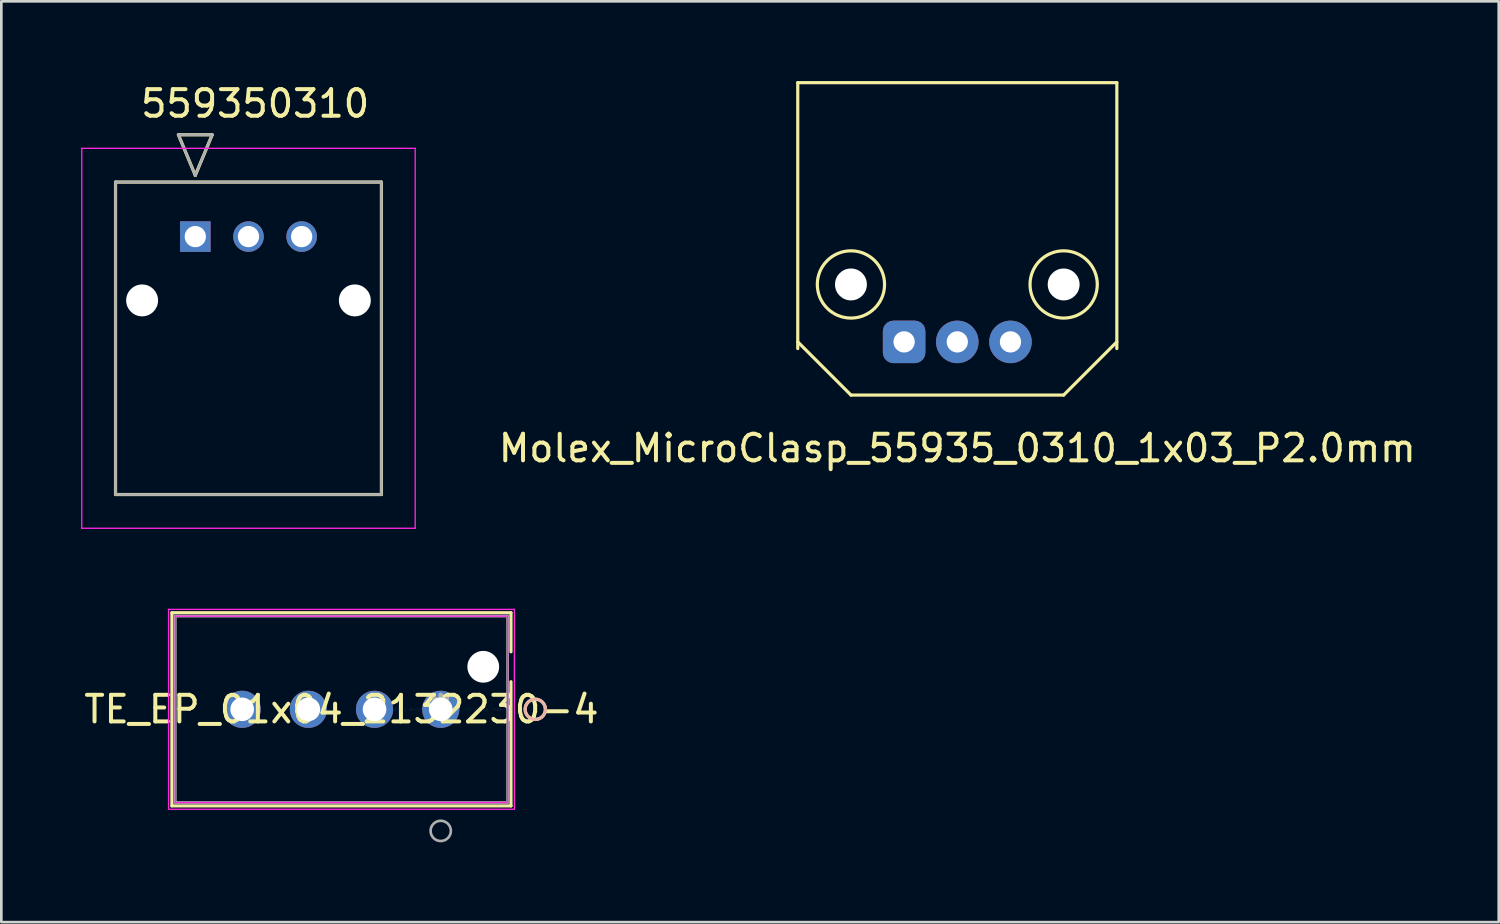
<source format=kicad_pcb>
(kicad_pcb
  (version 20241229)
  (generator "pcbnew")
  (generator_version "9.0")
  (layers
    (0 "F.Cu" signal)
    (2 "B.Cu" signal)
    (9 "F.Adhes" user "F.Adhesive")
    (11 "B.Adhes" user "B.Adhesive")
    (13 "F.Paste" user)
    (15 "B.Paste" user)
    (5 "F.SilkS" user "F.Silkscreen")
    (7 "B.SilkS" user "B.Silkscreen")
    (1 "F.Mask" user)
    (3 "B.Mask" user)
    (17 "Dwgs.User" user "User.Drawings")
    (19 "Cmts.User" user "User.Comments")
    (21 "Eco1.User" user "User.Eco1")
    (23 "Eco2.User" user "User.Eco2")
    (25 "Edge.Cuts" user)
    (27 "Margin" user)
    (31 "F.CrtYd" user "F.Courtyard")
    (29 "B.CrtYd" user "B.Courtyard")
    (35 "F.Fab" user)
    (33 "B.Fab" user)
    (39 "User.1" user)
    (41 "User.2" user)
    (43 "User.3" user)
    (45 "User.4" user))
  (footprint "Molex_MicroClasp_55935_0310_1x03_P2.0mm"
    (layer "F.Cu")
    (at 32.953 15.808)
    (property "Reference" "Molex_MicroClasp_55935_0310_1x03_P2.0mm" (at 0 -2 0) (layer "F.SilkS") (effects (font (size 1 1) (thickness 0.15))))
    (attr through_hole)
    (fp_line (start -6 -15.748) (end -6 -5.748) (stroke (width 0.12) (type solid)) (layer "F.SilkS"))
    (fp_line (start -6 -6) (end -4 -4) (stroke (width 0.12) (type solid)) (layer "F.SilkS"))
    (fp_line (start -4 -4) (end 4 -4) (stroke (width 0.12) (type solid)) (layer "F.SilkS"))
    (fp_line (start 4 -4) (end 6 -6) (stroke (width 0.12) (type solid)) (layer "F.SilkS"))
    (fp_line (start 6 -15.748) (end -6 -15.748) (stroke (width 0.12) (type solid)) (layer "F.SilkS"))
    (fp_line (start 6 -5.748) (end 6 -15.748) (stroke (width 0.12) (type solid)) (layer "F.SilkS"))
    (fp_circle (center -4 -8.16) (end -3.619 -6.954) (stroke (width 0.12) (type solid)) (fill no) (layer "F.SilkS"))
    (fp_circle (center 4 -8.16) (end 4.381 -6.954) (stroke (width 0.12) (type solid)) (fill no) (layer "F.SilkS"))
    (pad "" np_thru_hole circle (at -4 -8.16) (size 1.2 1.2) (drill 1.2) (layers "*.Cu" "*.Mask"))
    (pad "" np_thru_hole circle (at 4 -8.16) (size 1.2 1.2) (drill 1.2) (layers "*.Cu" "*.Mask"))
    (pad "1" thru_hole circle (at 2 -6) (size 1.6 1.6) (drill 0.8) (layers "*.Cu" "*.Mask"))
    (pad "2" thru_hole circle (at 0 -6) (size 1.6 1.6) (drill 0.8) (layers "*.Cu" "*.Mask"))
    (pad "3" thru_hole roundrect (at -2 -6) (size 1.6 1.6) (drill 0.8) (layers "*.Cu" "*.Mask") (roundrect_rratio 0.25)))
  (footprint "TE_EP_01x04_2132230-4"
    (layer "F.Cu")
    (at 13.525 23.627)
    (property "Reference" "TE_EP_01x04_2132230-4" (at -3.734 0 0) (layer "F.SilkS") (effects (font (size 1 1) (thickness 0.15))))
    (attr through_hole)
    (fp_line (start -10.109 -3.632) (end -10.109 3.632) (stroke (width 0.12) (type solid)) (layer "F.SilkS"))
    (fp_line (start -10.109 3.632) (end 2.642 3.632) (stroke (width 0.12) (type solid)) (layer "F.SilkS"))
    (fp_line (start 2.642 -3.632) (end -10.109 -3.632) (stroke (width 0.12) (type solid)) (layer "F.SilkS"))
    (fp_line (start 2.642 -2.163) (end 2.642 -3.632) (stroke (width 0.12) (type solid)) (layer "F.SilkS"))
    (fp_line (start 2.642 3.632) (end 2.642 -1.038) (stroke (width 0.12) (type solid)) (layer "F.SilkS"))
    (fp_circle (center 3.556 0) (end 3.937 0) (stroke (width 0.12) (type solid)) (fill no) (layer "F.SilkS"))
    (fp_circle (center 3.556 0) (end 3.937 0) (stroke (width 0.12) (type solid)) (fill no) (layer "B.SilkS"))
    (fp_line (start -10.236 -3.759) (end -10.236 3.759) (stroke (width 0.05) (type solid)) (layer "F.CrtYd"))
    (fp_line (start -10.236 3.759) (end 2.769 3.759) (stroke (width 0.05) (type solid)) (layer "F.CrtYd"))
    (fp_line (start -9.982 -3.505) (end -9.982 3.505) (stroke (width 0.05) (type solid)) (layer "F.CrtYd"))
    (fp_line (start -9.982 3.505) (end 2.515 3.505) (stroke (width 0.05) (type solid)) (layer "F.CrtYd"))
    (fp_line (start 2.515 -3.505) (end -9.982 -3.505) (stroke (width 0.05) (type solid)) (layer "F.CrtYd"))
    (fp_line (start 2.515 3.505) (end 2.515 -3.505) (stroke (width 0.05) (type solid)) (layer "F.CrtYd"))
    (fp_line (start 2.769 -3.759) (end -10.236 -3.759) (stroke (width 0.05) (type solid)) (layer "F.CrtYd"))
    (fp_line (start 2.769 3.759) (end 2.769 -3.759) (stroke (width 0.05) (type solid)) (layer "F.CrtYd"))
    (fp_line (start -9.982 -3.505) (end -9.982 3.505) (stroke (width 0.1) (type solid)) (layer "F.Fab"))
    (fp_line (start -9.982 3.505) (end 2.515 3.505) (stroke (width 0.1) (type solid)) (layer "F.Fab"))
    (fp_line (start 2.515 -3.505) (end -9.982 -3.505) (stroke (width 0.1) (type solid)) (layer "F.Fab"))
    (fp_line (start 2.515 3.505) (end 2.515 -3.505) (stroke (width 0.1) (type solid)) (layer "F.Fab"))
    (fp_circle (center 0 4.572) (end 0.381 4.572) (stroke (width 0.1) (type solid)) (fill no) (layer "F.Fab"))
    (fp_text user "*" (at 0 0 0) (layer "F.SilkS") (effects (font (size 1 1) (thickness 0.15))))
    (fp_text user "Copyright 2021 Accelerated Designs. All rights reserved." (at 0 0 0) (layer "Cmts.User") (effects (font (size 0.127 0.127) (thickness 0.002))))
    (fp_text user "*" (at 0 0 0) (layer "F.Fab") (effects (font (size 1 1) (thickness 0.15))))
    (pad "" np_thru_hole circle (at 1.6 -1.6) (size 1.194 1.194) (drill 1.194) (layers "*.Cu" "*.Mask"))
    (pad "1" thru_hole circle (at 0 0) (size 1.397 1.397) (drill 0.889) (layers "*.Cu" "*.Mask"))
    (pad "2" thru_hole circle (at -2.489 0) (size 1.397 1.397) (drill 0.889) (layers "*.Cu" "*.Mask"))
    (pad "3" thru_hole circle (at -4.978 0) (size 1.397 1.397) (drill 0.889) (layers "*.Cu" "*.Mask"))
    (pad "4" thru_hole circle (at -7.468 0) (size 1.397 1.397) (drill 0.889) (layers "*.Cu" "*.Mask")))
  (footprint "559350310"
    (layer "F.Cu")
    (at 4.295 5.848)
    (property "Reference" "559350310" (at 2.25 -5 0) (layer "F.SilkS") (effects (font (size 1 1) (thickness 0.15))))
    (attr through_hole)
    (fp_line (start -3 -2.05) (end -3 9.7) (stroke (width 0.12) (type solid)) (layer "F.SilkS"))
    (fp_line (start -3 9.7) (end 7 9.7) (stroke (width 0.12) (type solid)) (layer "F.SilkS"))
    (fp_line (start -0.635 -3.828) (end 0 -2.304) (stroke (width 0.12) (type solid)) (layer "F.SilkS"))
    (fp_line (start 0 -2.304) (end 0.635 -3.828) (stroke (width 0.12) (type solid)) (layer "F.SilkS"))
    (fp_line (start 0.635 -3.828) (end -0.635 -3.828) (stroke (width 0.12) (type solid)) (layer "F.SilkS"))
    (fp_line (start 7 -2.05) (end -3 -2.05) (stroke (width 0.12) (type solid)) (layer "F.SilkS"))
    (fp_line (start 7 9.7) (end 7 -2.05) (stroke (width 0.12) (type solid)) (layer "F.SilkS"))
    (fp_line (start -4.27 -3.32) (end -4.27 10.97) (stroke (width 0.05) (type solid)) (layer "F.CrtYd"))
    (fp_line (start -4.27 10.97) (end 8.27 10.97) (stroke (width 0.05) (type solid)) (layer "F.CrtYd"))
    (fp_line (start 8.27 -3.32) (end -4.27 -3.32) (stroke (width 0.05) (type solid)) (layer "F.CrtYd"))
    (fp_line (start 8.27 10.97) (end 8.27 -3.32) (stroke (width 0.05) (type solid)) (layer "F.CrtYd"))
    (fp_line (start -3 -2.05) (end -3 9.7) (stroke (width 0.1) (type solid)) (layer "F.Fab"))
    (fp_line (start -3 9.7) (end 7 9.7) (stroke (width 0.1) (type solid)) (layer "F.Fab"))
    (fp_line (start -0.635 -3.828) (end 0 -2.304) (stroke (width 0.1) (type solid)) (layer "F.Fab"))
    (fp_line (start 0 -2.304) (end 0.635 -3.828) (stroke (width 0.1) (type solid)) (layer "F.Fab"))
    (fp_line (start 0.635 -3.828) (end -0.635 -3.828) (stroke (width 0.1) (type solid)) (layer "F.Fab"))
    (fp_line (start 7 -2.05) (end -3 -2.05) (stroke (width 0.1) (type solid)) (layer "F.Fab"))
    (fp_line (start 7 9.7) (end 7 -2.05) (stroke (width 0.1) (type solid)) (layer "F.Fab"))
    (pad "" np_thru_hole circle (at -2 2.4) (size 1.2 1.2) (drill 1.2) (layers "*.Cu" "*.Mask"))
    (pad "" np_thru_hole circle (at 6 2.4) (size 1.2 1.2) (drill 1.2) (layers "*.Cu" "*.Mask"))
    (pad "1" thru_hole rect (at 0 0) (size 1.15 1.15) (drill 0.8) (layers "*.Cu" "*.Mask"))
    (pad "2" thru_hole circle (at 2 0) (size 1.15 1.15) (drill 0.8) (layers "*.Cu" "*.Mask"))
    (pad "3" thru_hole circle (at 4 0) (size 1.15 1.15) (drill 0.8) (layers "*.Cu" "*.Mask")))
  (gr_rect
    (start -3 -3)
    (end 53.316 31.63)
    (stroke (width 0.1) (type default))
    (fill no)
    (layer "Edge.Cuts")))
</source>
